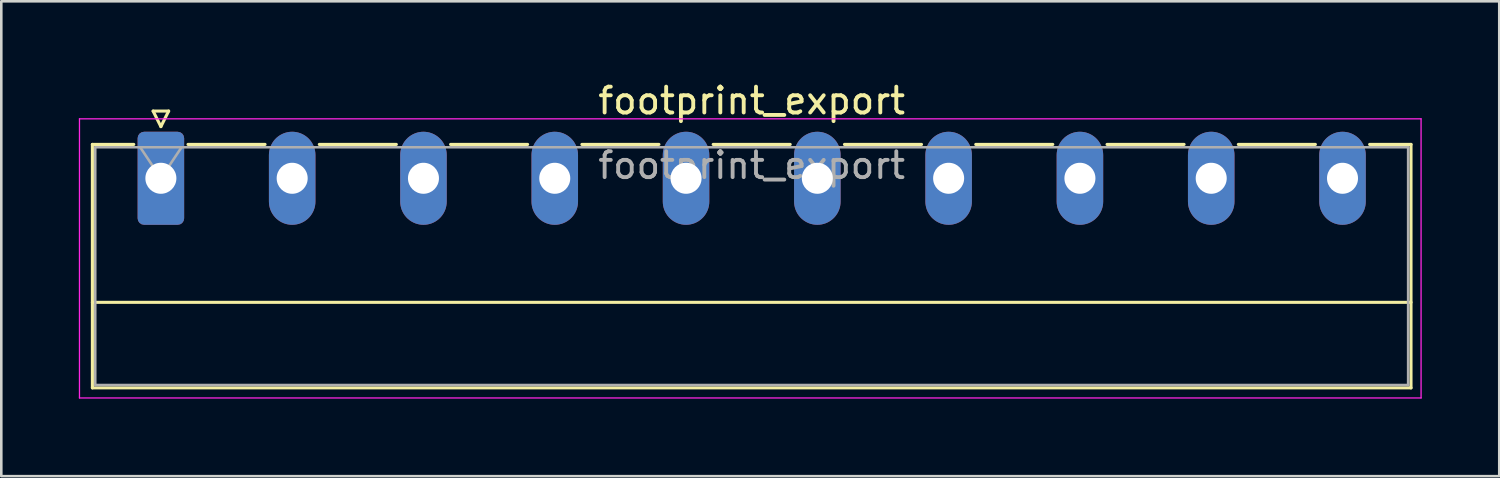
<source format=kicad_pcb>
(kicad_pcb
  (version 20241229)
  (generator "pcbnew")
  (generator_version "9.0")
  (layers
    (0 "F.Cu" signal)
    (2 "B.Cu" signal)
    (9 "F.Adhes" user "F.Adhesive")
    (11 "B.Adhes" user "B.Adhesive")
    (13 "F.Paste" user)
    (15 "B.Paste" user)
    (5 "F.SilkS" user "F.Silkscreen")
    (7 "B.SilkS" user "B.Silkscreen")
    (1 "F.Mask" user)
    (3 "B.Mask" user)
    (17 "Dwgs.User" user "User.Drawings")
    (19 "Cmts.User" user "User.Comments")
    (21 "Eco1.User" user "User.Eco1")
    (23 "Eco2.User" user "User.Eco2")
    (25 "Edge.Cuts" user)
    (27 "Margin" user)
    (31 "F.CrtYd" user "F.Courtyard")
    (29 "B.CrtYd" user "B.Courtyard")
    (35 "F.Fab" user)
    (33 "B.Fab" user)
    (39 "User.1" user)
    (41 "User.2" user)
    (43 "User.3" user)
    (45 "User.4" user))
  (footprint "footprint_export"
    (layer "F.Cu")
    (at 3.175 3.848)
    (property "Reference" "footprint_export" (at 22.86 -3 0) (layer "F.SilkS") (effects (font (size 1 1) (thickness 0.15))))
    (attr through_hole)
    (fp_line (start -2.65 -1.31) (end -2.65 8.11) (stroke (width 0.12) (type solid)) (layer "F.SilkS"))
    (fp_line (start -2.65 -1.31) (end -1.05 -1.31) (stroke (width 0.12) (type solid)) (layer "F.SilkS"))
    (fp_line (start -2.65 4.8) (end 48.37 4.8) (stroke (width 0.12) (type solid)) (layer "F.SilkS"))
    (fp_line (start -2.65 8.11) (end 48.37 8.11) (stroke (width 0.12) (type solid)) (layer "F.SilkS"))
    (fp_line (start -0.3 -2.6) (end 0.3 -2.6) (stroke (width 0.12) (type solid)) (layer "F.SilkS"))
    (fp_line (start 0 -2) (end -0.3 -2.6) (stroke (width 0.12) (type solid)) (layer "F.SilkS"))
    (fp_line (start 0.3 -2.6) (end 0 -2) (stroke (width 0.12) (type solid)) (layer "F.SilkS"))
    (fp_line (start 1.05 -1.31) (end 4.03 -1.31) (stroke (width 0.12) (type solid)) (layer "F.SilkS"))
    (fp_line (start 6.13 -1.31) (end 9.11 -1.31) (stroke (width 0.12) (type solid)) (layer "F.SilkS"))
    (fp_line (start 11.21 -1.31) (end 14.19 -1.31) (stroke (width 0.12) (type solid)) (layer "F.SilkS"))
    (fp_line (start 16.29 -1.31) (end 19.27 -1.31) (stroke (width 0.12) (type solid)) (layer "F.SilkS"))
    (fp_line (start 21.37 -1.31) (end 24.35 -1.31) (stroke (width 0.12) (type solid)) (layer "F.SilkS"))
    (fp_line (start 26.45 -1.31) (end 29.43 -1.31) (stroke (width 0.12) (type solid)) (layer "F.SilkS"))
    (fp_line (start 31.53 -1.31) (end 34.51 -1.31) (stroke (width 0.12) (type solid)) (layer "F.SilkS"))
    (fp_line (start 36.61 -1.31) (end 39.59 -1.31) (stroke (width 0.12) (type solid)) (layer "F.SilkS"))
    (fp_line (start 41.69 -1.31) (end 44.67 -1.31) (stroke (width 0.12) (type solid)) (layer "F.SilkS"))
    (fp_line (start 48.37 -1.31) (end 46.77 -1.31) (stroke (width 0.12) (type solid)) (layer "F.SilkS"))
    (fp_line (start 48.37 8.11) (end 48.37 -1.31) (stroke (width 0.12) (type solid)) (layer "F.SilkS"))
    (fp_line (start -3.15 -2.3) (end -3.15 8.5) (stroke (width 0.05) (type solid)) (layer "F.CrtYd"))
    (fp_line (start -3.15 8.5) (end 48.76 8.5) (stroke (width 0.05) (type solid)) (layer "F.CrtYd"))
    (fp_line (start 48.76 -2.3) (end -3.15 -2.3) (stroke (width 0.05) (type solid)) (layer "F.CrtYd"))
    (fp_line (start 48.76 8.5) (end 48.76 -2.3) (stroke (width 0.05) (type solid)) (layer "F.CrtYd"))
    (fp_line (start -2.54 -1.2) (end -2.54 8) (stroke (width 0.1) (type solid)) (layer "F.Fab"))
    (fp_line (start -2.54 8) (end 48.26 8) (stroke (width 0.1) (type solid)) (layer "F.Fab"))
    (fp_line (start 0 0) (end -0.8 -1.2) (stroke (width 0.1) (type solid)) (layer "F.Fab"))
    (fp_line (start 0.8 -1.2) (end 0 0) (stroke (width 0.1) (type solid)) (layer "F.Fab"))
    (fp_line (start 48.26 -1.2) (end -2.54 -1.2) (stroke (width 0.1) (type solid)) (layer "F.Fab"))
    (fp_line (start 48.26 8) (end 48.26 -1.2) (stroke (width 0.1) (type solid)) (layer "F.Fab"))
    (fp_text user "${REFERENCE}" (at 22.86 -0.5 0) (layer "F.Fab") (effects (font (size 1 1) (thickness 0.15))))
    (pad "1" thru_hole roundrect (at 0 0) (size 1.8 3.6) (drill 1.2) (layers "*.Cu" "*.Mask") (roundrect_rratio 0.139))
    (pad "2" thru_hole oval (at 5.08 0) (size 1.8 3.6) (drill 1.2) (layers "*.Cu" "*.Mask"))
    (pad "3" thru_hole oval (at 10.16 0) (size 1.8 3.6) (drill 1.2) (layers "*.Cu" "*.Mask"))
    (pad "4" thru_hole oval (at 15.24 0) (size 1.8 3.6) (drill 1.2) (layers "*.Cu" "*.Mask"))
    (pad "5" thru_hole oval (at 20.32 0) (size 1.8 3.6) (drill 1.2) (layers "*.Cu" "*.Mask"))
    (pad "6" thru_hole oval (at 25.4 0) (size 1.8 3.6) (drill 1.2) (layers "*.Cu" "*.Mask"))
    (pad "7" thru_hole oval (at 30.48 0) (size 1.8 3.6) (drill 1.2) (layers "*.Cu" "*.Mask"))
    (pad "8" thru_hole oval (at 35.56 0) (size 1.8 3.6) (drill 1.2) (layers "*.Cu" "*.Mask"))
    (pad "9" thru_hole oval (at 40.64 0) (size 1.8 3.6) (drill 1.2) (layers "*.Cu" "*.Mask"))
    (pad "10" thru_hole oval (at 45.72 0) (size 1.8 3.6) (drill 1.2) (layers "*.Cu" "*.Mask")))
  (gr_rect
    (start -3 -3)
    (end 54.96 15.373)
    (stroke (width 0.1) (type default))
    (fill no)
    (layer "Edge.Cuts")))
</source>
